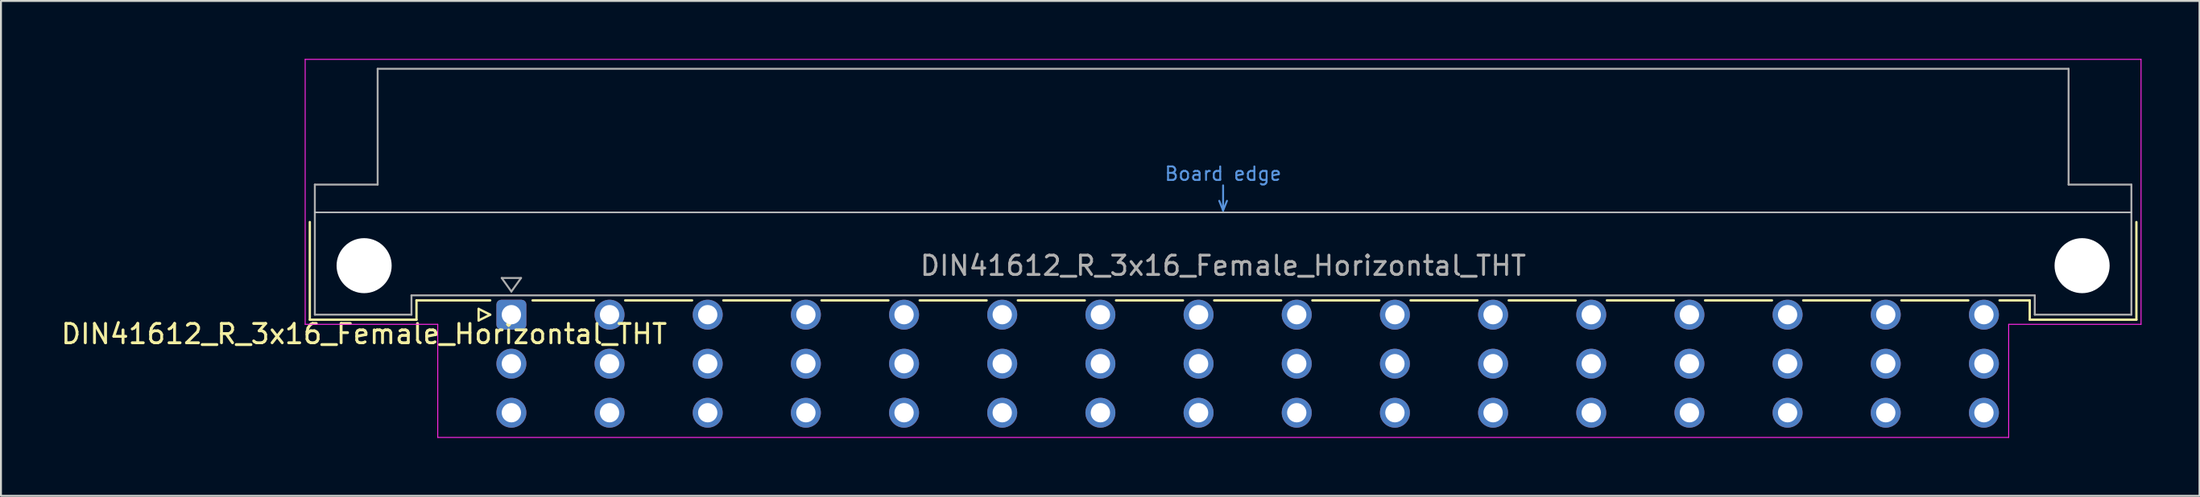
<source format=kicad_pcb>
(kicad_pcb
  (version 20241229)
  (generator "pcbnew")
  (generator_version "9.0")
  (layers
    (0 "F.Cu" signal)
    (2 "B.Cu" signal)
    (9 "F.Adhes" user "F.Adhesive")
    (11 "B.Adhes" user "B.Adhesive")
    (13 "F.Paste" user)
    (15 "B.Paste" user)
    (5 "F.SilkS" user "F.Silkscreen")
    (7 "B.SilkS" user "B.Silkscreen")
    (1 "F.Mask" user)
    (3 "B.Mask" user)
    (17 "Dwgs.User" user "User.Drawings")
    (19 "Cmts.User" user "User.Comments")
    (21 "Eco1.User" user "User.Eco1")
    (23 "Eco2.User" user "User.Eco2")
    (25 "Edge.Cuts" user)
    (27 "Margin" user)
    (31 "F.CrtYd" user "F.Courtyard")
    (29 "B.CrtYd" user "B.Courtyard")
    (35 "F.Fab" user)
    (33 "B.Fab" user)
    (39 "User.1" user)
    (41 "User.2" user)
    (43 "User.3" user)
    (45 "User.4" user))
  (footprint "DIN41612_R_3x16_Female_Horizontal_THT"
    (layer "F.Cu")
    (at 20.872 13.255)
    (property "Reference" "DIN41612_R_3x16_Female_Horizontal_THT" (at -5.08 1 0) (layer "F.SilkS") (effects (font (size 1 1) (thickness 0.15))))
    (attr through_hole)
    (fp_line (start -7.89 -4.8) (end -7.89 0.26) (stroke (width 0.12) (type solid)) (layer "F.SilkS"))
    (fp_line (start -7.89 0.26) (end -2.37 0.26) (stroke (width 0.12) (type solid)) (layer "F.SilkS"))
    (fp_line (start -2.37 -0.74) (end 1.445 -0.74) (stroke (width 0.12) (type solid)) (layer "F.SilkS"))
    (fp_line (start -2.37 0.26) (end -2.37 -0.74) (stroke (width 0.12) (type solid)) (layer "F.SilkS"))
    (fp_line (start 0.845 -0.3) (end 0.845 0.3) (stroke (width 0.12) (type solid)) (layer "F.SilkS"))
    (fp_line (start 0.845 0.3) (end 1.445 0) (stroke (width 0.12) (type solid)) (layer "F.SilkS"))
    (fp_line (start 1.445 0) (end 0.845 -0.3) (stroke (width 0.12) (type solid)) (layer "F.SilkS"))
    (fp_line (start 3.635 -0.74) (end 6.813 -0.74) (stroke (width 0.12) (type solid)) (layer "F.SilkS"))
    (fp_line (start 8.427 -0.74) (end 11.893 -0.74) (stroke (width 0.12) (type solid)) (layer "F.SilkS"))
    (fp_line (start 13.507 -0.74) (end 16.973 -0.74) (stroke (width 0.12) (type solid)) (layer "F.SilkS"))
    (fp_line (start 18.587 -0.74) (end 22.053 -0.74) (stroke (width 0.12) (type solid)) (layer "F.SilkS"))
    (fp_line (start 23.667 -0.74) (end 27.133 -0.74) (stroke (width 0.12) (type solid)) (layer "F.SilkS"))
    (fp_line (start 28.747 -0.74) (end 32.213 -0.74) (stroke (width 0.12) (type solid)) (layer "F.SilkS"))
    (fp_line (start 33.827 -0.74) (end 37.293 -0.74) (stroke (width 0.12) (type solid)) (layer "F.SilkS"))
    (fp_line (start 38.907 -0.74) (end 42.373 -0.74) (stroke (width 0.12) (type solid)) (layer "F.SilkS"))
    (fp_line (start 43.987 -0.74) (end 47.453 -0.74) (stroke (width 0.12) (type solid)) (layer "F.SilkS"))
    (fp_line (start 49.067 -0.74) (end 52.533 -0.74) (stroke (width 0.12) (type solid)) (layer "F.SilkS"))
    (fp_line (start 54.147 -0.74) (end 57.613 -0.74) (stroke (width 0.12) (type solid)) (layer "F.SilkS"))
    (fp_line (start 59.227 -0.74) (end 62.693 -0.74) (stroke (width 0.12) (type solid)) (layer "F.SilkS"))
    (fp_line (start 64.307 -0.74) (end 67.773 -0.74) (stroke (width 0.12) (type solid)) (layer "F.SilkS"))
    (fp_line (start 69.387 -0.74) (end 72.853 -0.74) (stroke (width 0.12) (type solid)) (layer "F.SilkS"))
    (fp_line (start 74.467 -0.74) (end 77.933 -0.74) (stroke (width 0.12) (type solid)) (layer "F.SilkS"))
    (fp_line (start 79.547 -0.74) (end 81.11 -0.74) (stroke (width 0.12) (type solid)) (layer "F.SilkS"))
    (fp_line (start 81.11 0.26) (end 81.11 -0.74) (stroke (width 0.12) (type solid)) (layer "F.SilkS"))
    (fp_line (start 86.63 -4.8) (end 86.63 0.26) (stroke (width 0.12) (type solid)) (layer "F.SilkS"))
    (fp_line (start 86.63 0.26) (end 81.11 0.26) (stroke (width 0.12) (type solid)) (layer "F.SilkS"))
    (fp_line (start -7.63 -5.3) (end 86.37 -5.3) (stroke (width 0.08) (type solid)) (layer "Dwgs.User"))
    (fp_line (start 39.17 -5.9) (end 39.37 -5.4) (stroke (width 0.1) (type solid)) (layer "Cmts.User"))
    (fp_line (start 39.37 -5.4) (end 39.37 -6.7) (stroke (width 0.1) (type solid)) (layer "Cmts.User"))
    (fp_line (start 39.37 -5.4) (end 39.57 -5.9) (stroke (width 0.1) (type solid)) (layer "Cmts.User"))
    (fp_line (start -8.13 -13.23) (end -8.13 0.5) (stroke (width 0.05) (type solid)) (layer "F.CrtYd"))
    (fp_line (start -8.13 0.5) (end -1.27 0.5) (stroke (width 0.05) (type solid)) (layer "F.CrtYd"))
    (fp_line (start -1.27 0.5) (end -1.27 6.36) (stroke (width 0.05) (type solid)) (layer "F.CrtYd"))
    (fp_line (start -1.27 6.36) (end 80.02 6.36) (stroke (width 0.05) (type solid)) (layer "F.CrtYd"))
    (fp_line (start 80.02 0.5) (end 86.87 0.5) (stroke (width 0.05) (type solid)) (layer "F.CrtYd"))
    (fp_line (start 80.02 6.36) (end 80.02 0.5) (stroke (width 0.05) (type solid)) (layer "F.CrtYd"))
    (fp_line (start 86.87 -13.23) (end -8.13 -13.23) (stroke (width 0.05) (type solid)) (layer "F.CrtYd"))
    (fp_line (start 86.87 0.5) (end 86.87 -13.23) (stroke (width 0.05) (type solid)) (layer "F.CrtYd"))
    (fp_line (start -7.63 -6.74) (end -7.63 0) (stroke (width 0.1) (type solid)) (layer "F.Fab"))
    (fp_line (start -7.63 0) (end -2.63 0) (stroke (width 0.1) (type solid)) (layer "F.Fab"))
    (fp_line (start -4.38 -12.74) (end -4.38 -6.74) (stroke (width 0.1) (type solid)) (layer "F.Fab"))
    (fp_line (start -4.38 -6.74) (end -7.63 -6.74) (stroke (width 0.1) (type solid)) (layer "F.Fab"))
    (fp_line (start -2.63 -1) (end 81.37 -1) (stroke (width 0.1) (type solid)) (layer "F.Fab"))
    (fp_line (start -2.63 0) (end -2.63 -1) (stroke (width 0.1) (type solid)) (layer "F.Fab"))
    (fp_line (start 2.04 -1.9) (end 3.04 -1.9) (stroke (width 0.1) (type solid)) (layer "F.Fab"))
    (fp_line (start 2.54 -1.2) (end 2.04 -1.9) (stroke (width 0.1) (type solid)) (layer "F.Fab"))
    (fp_line (start 3.04 -1.9) (end 2.54 -1.2) (stroke (width 0.1) (type solid)) (layer "F.Fab"))
    (fp_line (start 81.37 -1) (end 81.37 0) (stroke (width 0.1) (type solid)) (layer "F.Fab"))
    (fp_line (start 81.37 0) (end 86.37 0) (stroke (width 0.1) (type solid)) (layer "F.Fab"))
    (fp_line (start 83.12 -12.74) (end -4.38 -12.74) (stroke (width 0.1) (type solid)) (layer "F.Fab"))
    (fp_line (start 83.12 -6.74) (end 83.12 -12.74) (stroke (width 0.1) (type solid)) (layer "F.Fab"))
    (fp_line (start 86.37 -6.74) (end 83.12 -6.74) (stroke (width 0.1) (type solid)) (layer "F.Fab"))
    (fp_line (start 86.37 0) (end 86.37 -6.74) (stroke (width 0.1) (type solid)) (layer "F.Fab"))
    (fp_text user "Board edge" (at 39.37 -7.3 0) (layer "Cmts.User") (effects (font (size 0.7 0.7) (thickness 0.1))))
    (fp_text user "${REFERENCE}" (at 39.37 -2.54 0) (layer "F.Fab") (effects (font (size 1 1) (thickness 0.15))))
    (pad "" np_thru_hole circle (at -5.08 -2.54) (size 2.85 2.85) (drill 2.85) (layers "*.Cu" "*.Mask"))
    (pad "" np_thru_hole circle (at 83.82 -2.54) (size 2.85 2.85) (drill 2.85) (layers "*.Cu" "*.Mask"))
    (pad "a2" thru_hole roundrect (at 2.54 0) (size 1.55 1.55) (drill 1) (layers "*.Cu" "*.Mask") (roundrect_rratio 0.161))
    (pad "a4" thru_hole circle (at 7.62 0) (size 1.55 1.55) (drill 1) (layers "*.Cu" "*.Mask"))
    (pad "a6" thru_hole circle (at 12.7 0) (size 1.55 1.55) (drill 1) (layers "*.Cu" "*.Mask"))
    (pad "a8" thru_hole circle (at 17.78 0) (size 1.55 1.55) (drill 1) (layers "*.Cu" "*.Mask"))
    (pad "a10" thru_hole circle (at 22.86 0) (size 1.55 1.55) (drill 1) (layers "*.Cu" "*.Mask"))
    (pad "a12" thru_hole circle (at 27.94 0) (size 1.55 1.55) (drill 1) (layers "*.Cu" "*.Mask"))
    (pad "a14" thru_hole circle (at 33.02 0) (size 1.55 1.55) (drill 1) (layers "*.Cu" "*.Mask"))
    (pad "a16" thru_hole circle (at 38.1 0) (size 1.55 1.55) (drill 1) (layers "*.Cu" "*.Mask"))
    (pad "a18" thru_hole circle (at 43.18 0) (size 1.55 1.55) (drill 1) (layers "*.Cu" "*.Mask"))
    (pad "a20" thru_hole circle (at 48.26 0) (size 1.55 1.55) (drill 1) (layers "*.Cu" "*.Mask"))
    (pad "a22" thru_hole circle (at 53.34 0) (size 1.55 1.55) (drill 1) (layers "*.Cu" "*.Mask"))
    (pad "a24" thru_hole circle (at 58.42 0) (size 1.55 1.55) (drill 1) (layers "*.Cu" "*.Mask"))
    (pad "a26" thru_hole circle (at 63.5 0) (size 1.55 1.55) (drill 1) (layers "*.Cu" "*.Mask"))
    (pad "a28" thru_hole circle (at 68.58 0) (size 1.55 1.55) (drill 1) (layers "*.Cu" "*.Mask"))
    (pad "a30" thru_hole circle (at 73.66 0) (size 1.55 1.55) (drill 1) (layers "*.Cu" "*.Mask"))
    (pad "a32" thru_hole circle (at 78.74 0) (size 1.55 1.55) (drill 1) (layers "*.Cu" "*.Mask"))
    (pad "b2" thru_hole circle (at 2.54 2.54) (size 1.55 1.55) (drill 1) (layers "*.Cu" "*.Mask"))
    (pad "b4" thru_hole circle (at 7.62 2.54) (size 1.55 1.55) (drill 1) (layers "*.Cu" "*.Mask"))
    (pad "b6" thru_hole circle (at 12.7 2.54) (size 1.55 1.55) (drill 1) (layers "*.Cu" "*.Mask"))
    (pad "b8" thru_hole circle (at 17.78 2.54) (size 1.55 1.55) (drill 1) (layers "*.Cu" "*.Mask"))
    (pad "b10" thru_hole circle (at 22.86 2.54) (size 1.55 1.55) (drill 1) (layers "*.Cu" "*.Mask"))
    (pad "b12" thru_hole circle (at 27.94 2.54) (size 1.55 1.55) (drill 1) (layers "*.Cu" "*.Mask"))
    (pad "b14" thru_hole circle (at 33.02 2.54) (size 1.55 1.55) (drill 1) (layers "*.Cu" "*.Mask"))
    (pad "b16" thru_hole circle (at 38.1 2.54) (size 1.55 1.55) (drill 1) (layers "*.Cu" "*.Mask"))
    (pad "b18" thru_hole circle (at 43.18 2.54) (size 1.55 1.55) (drill 1) (layers "*.Cu" "*.Mask"))
    (pad "b20" thru_hole circle (at 48.26 2.54) (size 1.55 1.55) (drill 1) (layers "*.Cu" "*.Mask"))
    (pad "b22" thru_hole circle (at 53.34 2.54) (size 1.55 1.55) (drill 1) (layers "*.Cu" "*.Mask"))
    (pad "b24" thru_hole circle (at 58.42 2.54) (size 1.55 1.55) (drill 1) (layers "*.Cu" "*.Mask"))
    (pad "b26" thru_hole circle (at 63.5 2.54) (size 1.55 1.55) (drill 1) (layers "*.Cu" "*.Mask"))
    (pad "b28" thru_hole circle (at 68.58 2.54) (size 1.55 1.55) (drill 1) (layers "*.Cu" "*.Mask"))
    (pad "b30" thru_hole circle (at 73.66 2.54) (size 1.55 1.55) (drill 1) (layers "*.Cu" "*.Mask"))
    (pad "b32" thru_hole circle (at 78.74 2.54) (size 1.55 1.55) (drill 1) (layers "*.Cu" "*.Mask"))
    (pad "c2" thru_hole circle (at 2.54 5.08) (size 1.55 1.55) (drill 1) (layers "*.Cu" "*.Mask"))
    (pad "c4" thru_hole circle (at 7.62 5.08) (size 1.55 1.55) (drill 1) (layers "*.Cu" "*.Mask"))
    (pad "c6" thru_hole circle (at 12.7 5.08) (size 1.55 1.55) (drill 1) (layers "*.Cu" "*.Mask"))
    (pad "c8" thru_hole circle (at 17.78 5.08) (size 1.55 1.55) (drill 1) (layers "*.Cu" "*.Mask"))
    (pad "c10" thru_hole circle (at 22.86 5.08) (size 1.55 1.55) (drill 1) (layers "*.Cu" "*.Mask"))
    (pad "c12" thru_hole circle (at 27.94 5.08) (size 1.55 1.55) (drill 1) (layers "*.Cu" "*.Mask"))
    (pad "c14" thru_hole circle (at 33.02 5.08) (size 1.55 1.55) (drill 1) (layers "*.Cu" "*.Mask"))
    (pad "c16" thru_hole circle (at 38.1 5.08) (size 1.55 1.55) (drill 1) (layers "*.Cu" "*.Mask"))
    (pad "c18" thru_hole circle (at 43.18 5.08) (size 1.55 1.55) (drill 1) (layers "*.Cu" "*.Mask"))
    (pad "c20" thru_hole circle (at 48.26 5.08) (size 1.55 1.55) (drill 1) (layers "*.Cu" "*.Mask"))
    (pad "c22" thru_hole circle (at 53.34 5.08) (size 1.55 1.55) (drill 1) (layers "*.Cu" "*.Mask"))
    (pad "c24" thru_hole circle (at 58.42 5.08) (size 1.55 1.55) (drill 1) (layers "*.Cu" "*.Mask"))
    (pad "c26" thru_hole circle (at 63.5 5.08) (size 1.55 1.55) (drill 1) (layers "*.Cu" "*.Mask"))
    (pad "c28" thru_hole circle (at 68.58 5.08) (size 1.55 1.55) (drill 1) (layers "*.Cu" "*.Mask"))
    (pad "c30" thru_hole circle (at 73.66 5.08) (size 1.55 1.55) (drill 1) (layers "*.Cu" "*.Mask"))
    (pad "c32" thru_hole circle (at 78.74 5.08) (size 1.55 1.55) (drill 1) (layers "*.Cu" "*.Mask")))
  (gr_rect
    (start -3 -3)
    (end 110.767 22.64)
    (stroke (width 0.1) (type default))
    (fill no)
    (layer "Edge.Cuts")))
</source>
